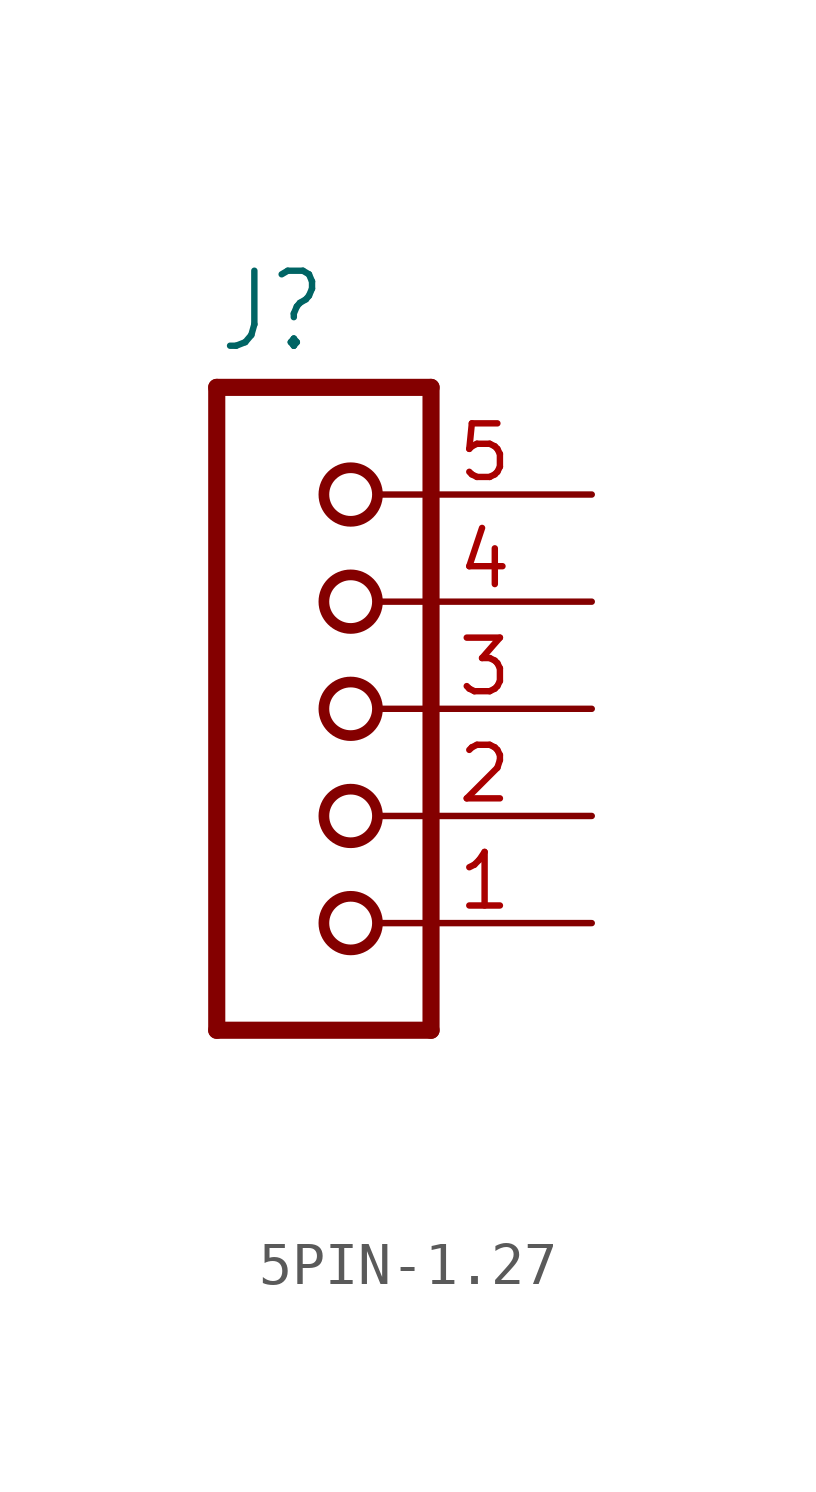
<source format=kicad_sym>
(kicad_symbol_lib
  (version 20231120)
  (generator "kicad_symbol_editor")
  (generator_version "8.0")
  (symbol "5PIN-1.27"
    (property "Reference" "J"
      (at -1.27 8.382 0)
      (effects (font (size 1.778 1.511)) (justify left bottom)))
    (property "Value" ""
      (at -1.27 -10.16 0)
      (effects (font (size 1.778 1.511)) (justify left bottom)))
    (property "ki_locked" ""
      (at 0 0 0)
      (effects (font (size 1.27 1.27))))
    (symbol "5PIN-1.27_1_0"
      (polyline (pts (xy -1.27 7.62) (xy -1.27 -7.62)) (stroke (width 0.406) (type solid)) (fill (type none)))
      (polyline (pts (xy -1.27 7.62) (xy 3.81 7.62)) (stroke (width 0.406) (type solid)) (fill (type none)))
      (polyline (pts (xy 3.81 -7.62) (xy -1.27 -7.62)) (stroke (width 0.406) (type solid)) (fill (type none)))
      (polyline (pts (xy 3.81 -7.62) (xy 3.81 7.62)) (stroke (width 0.406) (type solid)) (fill (type none)))
      (circle (center 1.905 -5.08) (radius 0.635) (stroke (width 0.254) (type solid)) (fill (type none)))
      (circle (center 1.905 -2.54) (radius 0.635) (stroke (width 0.254) (type solid)) (fill (type none)))
      (circle (center 1.905 0) (radius 0.635) (stroke (width 0.254) (type solid)) (fill (type none)))
      (circle (center 1.905 2.54) (radius 0.635) (stroke (width 0.254) (type solid)) (fill (type none)))
      (circle (center 1.905 5.08) (radius 0.635) (stroke (width 0.254) (type solid)) (fill (type none)))
      (pin passive line (at 7.62 -5.08 180) (length 5.08) (name "1" (effects (font (size 0 0)))) (number "1" (effects (font (size 1.27 1.27)))))
      (pin passive line (at 7.62 -2.54 180) (length 5.08) (name "2" (effects (font (size 0 0)))) (number "2" (effects (font (size 1.27 1.27)))))
      (pin passive line (at 7.62 0 180) (length 5.08) (name "3" (effects (font (size 0 0)))) (number "3" (effects (font (size 1.27 1.27)))))
      (pin passive line (at 7.62 2.54 180) (length 5.08) (name "4" (effects (font (size 0 0)))) (number "4" (effects (font (size 1.27 1.27)))))
      (pin passive line (at 7.62 5.08 180) (length 5.08) (name "5" (effects (font (size 0 0)))) (number "5" (effects (font (size 1.27 1.27))))))))
</source>
